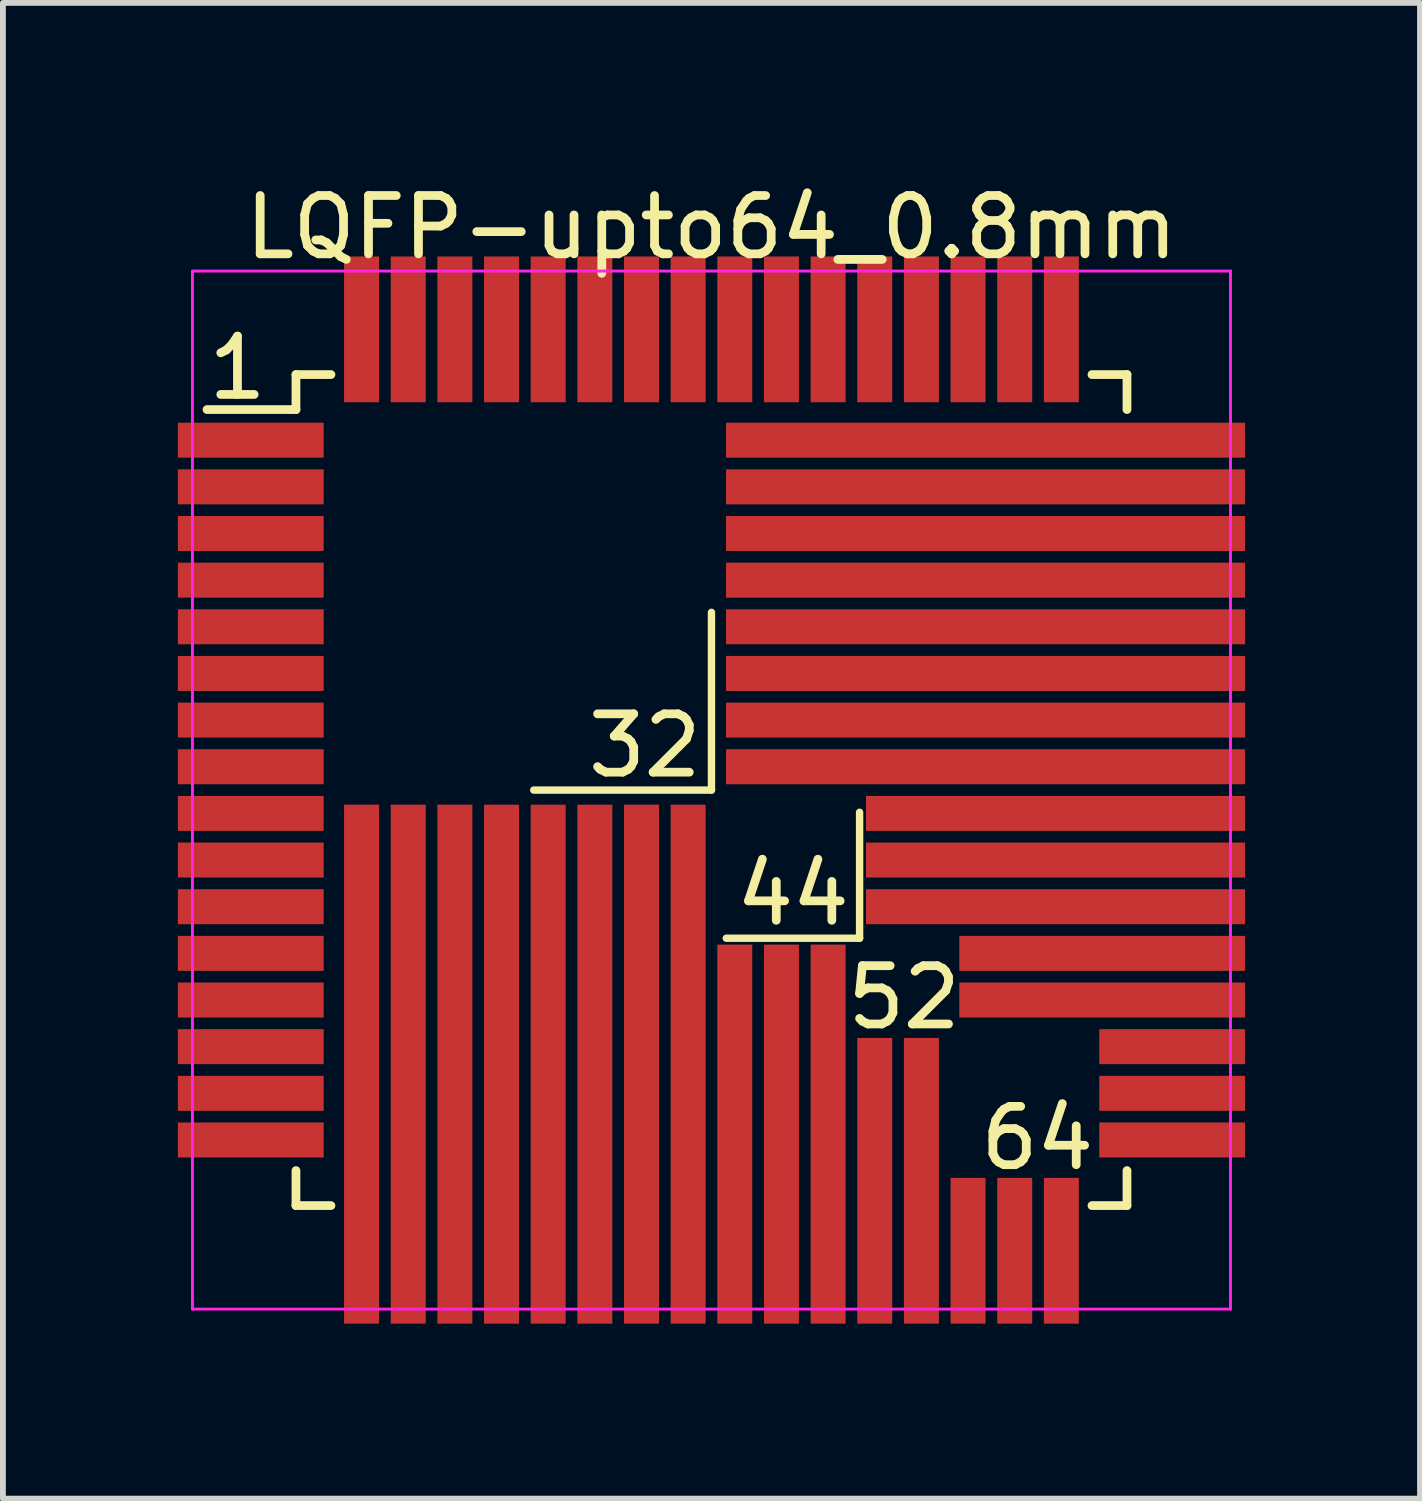
<source format=kicad_pcb>
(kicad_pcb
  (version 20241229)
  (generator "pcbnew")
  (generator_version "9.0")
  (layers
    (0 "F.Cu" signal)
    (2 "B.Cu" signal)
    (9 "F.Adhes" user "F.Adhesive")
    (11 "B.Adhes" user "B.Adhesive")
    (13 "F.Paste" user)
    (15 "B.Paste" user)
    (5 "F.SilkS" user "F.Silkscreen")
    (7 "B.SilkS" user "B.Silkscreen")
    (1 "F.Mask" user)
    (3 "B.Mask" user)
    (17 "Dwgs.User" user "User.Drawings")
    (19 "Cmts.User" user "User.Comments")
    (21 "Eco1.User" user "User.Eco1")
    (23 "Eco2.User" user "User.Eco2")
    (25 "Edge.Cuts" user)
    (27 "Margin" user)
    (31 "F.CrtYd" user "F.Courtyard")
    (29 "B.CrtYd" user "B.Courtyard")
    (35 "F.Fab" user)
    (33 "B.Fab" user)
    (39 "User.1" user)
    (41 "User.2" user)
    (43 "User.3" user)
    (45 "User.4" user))
  (footprint "LQFP-upto64_0.8mm"
    (layer "F.Cu")
    (at 9.15 10.498)
    (property "Reference" "LQFP-upto64_0.8mm" (at 0 -9.65 0) (layer "F.SilkS") (effects (font (size 1 1) (thickness 0.15))))
    (attr smd)
    (fp_line (start -7.125 -7.125) (end -7.125 -6.525) (stroke (width 0.15) (type solid)) (layer "F.SilkS"))
    (fp_line (start -7.125 -7.125) (end -6.525 -7.125) (stroke (width 0.15) (type solid)) (layer "F.SilkS"))
    (fp_line (start -7.125 -6.525) (end -8.65 -6.525) (stroke (width 0.15) (type solid)) (layer "F.SilkS"))
    (fp_line (start -7.125 7.125) (end -7.125 6.525) (stroke (width 0.15) (type solid)) (layer "F.SilkS"))
    (fp_line (start -7.125 7.125) (end -6.525 7.125) (stroke (width 0.15) (type solid)) (layer "F.SilkS"))
    (fp_line (start 0 -3.048) (end 0 0) (stroke (width 0.127) (type solid)) (layer "F.SilkS"))
    (fp_line (start 0 0) (end -3.048 0) (stroke (width 0.127) (type solid)) (layer "F.SilkS"))
    (fp_line (start 2.54 0.381) (end 2.54 2.54) (stroke (width 0.127) (type solid)) (layer "F.SilkS"))
    (fp_line (start 2.54 2.54) (end 0.254 2.54) (stroke (width 0.127) (type solid)) (layer "F.SilkS"))
    (fp_line (start 7.125 -7.125) (end 6.525 -7.125) (stroke (width 0.15) (type solid)) (layer "F.SilkS"))
    (fp_line (start 7.125 -7.125) (end 7.125 -6.525) (stroke (width 0.15) (type solid)) (layer "F.SilkS"))
    (fp_line (start 7.125 7.125) (end 6.525 7.125) (stroke (width 0.15) (type solid)) (layer "F.SilkS"))
    (fp_line (start 7.125 7.125) (end 7.125 6.525) (stroke (width 0.15) (type solid)) (layer "F.SilkS"))
    (fp_line (start -8.9 -8.9) (end -8.9 8.9) (stroke (width 0.05) (type solid)) (layer "F.CrtYd"))
    (fp_line (start -8.9 -8.9) (end 8.9 -8.9) (stroke (width 0.05) (type solid)) (layer "F.CrtYd"))
    (fp_line (start -8.9 8.9) (end 8.9 8.9) (stroke (width 0.05) (type solid)) (layer "F.CrtYd"))
    (fp_line (start 8.9 -8.9) (end 8.9 8.9) (stroke (width 0.05) (type solid)) (layer "F.CrtYd"))
    (fp_text user "44" (at 1.397 1.778 0) (layer "F.SilkS") (effects (font (size 1 1) (thickness 0.15))))
    (fp_text user "64" (at 5.588 5.969 0) (layer "F.SilkS") (effects (font (size 1 1) (thickness 0.15))))
    (fp_text user "32" (at -1.143 -0.762 0) (layer "F.SilkS") (effects (font (size 1 1) (thickness 0.15))))
    (fp_text user "1" (at -8.128 -7.239 0) (layer "F.SilkS") (effects (font (size 1 1) (thickness 0.15))))
    (fp_text user "52" (at 3.302 3.556 0) (layer "F.SilkS") (effects (font (size 1 1) (thickness 0.15))))
    (pad "1" smd rect (at -7.9 -6) (size 2.5 0.6) (layers "F.Cu" "F.Mask" "F.Paste"))
    (pad "2" smd rect (at -7.9 -5.2) (size 2.5 0.6) (layers "F.Cu" "F.Mask" "F.Paste"))
    (pad "3" smd rect (at -7.9 -4.4) (size 2.5 0.6) (layers "F.Cu" "F.Mask" "F.Paste"))
    (pad "4" smd rect (at -7.9 -3.6) (size 2.5 0.6) (layers "F.Cu" "F.Mask" "F.Paste"))
    (pad "5" smd rect (at -7.9 -2.8) (size 2.5 0.6) (layers "F.Cu" "F.Mask" "F.Paste"))
    (pad "6" smd rect (at -7.9 -2) (size 2.5 0.6) (layers "F.Cu" "F.Mask" "F.Paste"))
    (pad "7" smd rect (at -7.9 -1.2) (size 2.5 0.6) (layers "F.Cu" "F.Mask" "F.Paste"))
    (pad "8" smd rect (at -7.9 -0.4) (size 2.5 0.6) (layers "F.Cu" "F.Mask" "F.Paste"))
    (pad "9" smd rect (at -7.9 0.4) (size 2.5 0.6) (layers "F.Cu" "F.Mask" "F.Paste"))
    (pad "10" smd rect (at -7.9 1.2) (size 2.5 0.6) (layers "F.Cu" "F.Mask" "F.Paste"))
    (pad "11" smd rect (at -7.9 2) (size 2.5 0.6) (layers "F.Cu" "F.Mask" "F.Paste"))
    (pad "12" smd rect (at -7.9 2.8) (size 2.5 0.6) (layers "F.Cu" "F.Mask" "F.Paste"))
    (pad "13" smd rect (at -7.9 3.6) (size 2.5 0.6) (layers "F.Cu" "F.Mask" "F.Paste"))
    (pad "14" smd rect (at -7.9 4.4) (size 2.5 0.6) (layers "F.Cu" "F.Mask" "F.Paste"))
    (pad "15" smd rect (at -7.9 5.2) (size 2.5 0.6) (layers "F.Cu" "F.Mask" "F.Paste"))
    (pad "16" smd rect (at -7.9 6) (size 2.5 0.6) (layers "F.Cu" "F.Mask" "F.Paste"))
    (pad "17" smd rect (at -6 4.7 90) (size 8.9 0.6) (layers "F.Cu" "F.Mask" "F.Paste"))
    (pad "18" smd rect (at -5.2 4.7 90) (size 8.9 0.6) (layers "F.Cu" "F.Mask" "F.Paste"))
    (pad "19" smd rect (at -4.4 4.7 90) (size 8.9 0.6) (layers "F.Cu" "F.Mask" "F.Paste"))
    (pad "20" smd rect (at -3.6 4.7 90) (size 8.9 0.6) (layers "F.Cu" "F.Mask" "F.Paste"))
    (pad "21" smd rect (at -2.8 4.7 90) (size 8.9 0.6) (layers "F.Cu" "F.Mask" "F.Paste"))
    (pad "22" smd rect (at -2 4.7 90) (size 8.9 0.6) (layers "F.Cu" "F.Mask" "F.Paste"))
    (pad "23" smd rect (at -1.2 4.7 90) (size 8.9 0.6) (layers "F.Cu" "F.Mask" "F.Paste"))
    (pad "24" smd rect (at -0.4 4.7 90) (size 8.9 0.6) (layers "F.Cu" "F.Mask" "F.Paste"))
    (pad "25" smd rect (at 0.4 5.9 90) (size 6.5 0.6) (layers "F.Cu" "F.Mask" "F.Paste"))
    (pad "26" smd rect (at 1.2 5.9 90) (size 6.5 0.6) (layers "F.Cu" "F.Mask" "F.Paste"))
    (pad "27" smd rect (at 2 5.9 90) (size 6.5 0.6) (layers "F.Cu" "F.Mask" "F.Paste"))
    (pad "28" smd rect (at 2.8 6.7 90) (size 4.9 0.6) (layers "F.Cu" "F.Mask" "F.Paste"))
    (pad "29" smd rect (at 3.6 6.7 90) (size 4.9 0.6) (layers "F.Cu" "F.Mask" "F.Paste"))
    (pad "30" smd rect (at 4.4 7.9 90) (size 2.5 0.6) (layers "F.Cu" "F.Mask" "F.Paste"))
    (pad "31" smd rect (at 5.2 7.9 90) (size 2.5 0.6) (layers "F.Cu" "F.Mask" "F.Paste"))
    (pad "32" smd rect (at 6 7.9 90) (size 2.5 0.6) (layers "F.Cu" "F.Mask" "F.Paste"))
    (pad "33" smd rect (at 7.9 6) (size 2.5 0.6) (layers "F.Cu" "F.Mask" "F.Paste"))
    (pad "34" smd rect (at 7.9 5.2) (size 2.5 0.6) (layers "F.Cu" "F.Mask" "F.Paste"))
    (pad "35" smd rect (at 7.9 4.4) (size 2.5 0.6) (layers "F.Cu" "F.Mask" "F.Paste"))
    (pad "36" smd rect (at 6.7 3.6) (size 4.9 0.6) (layers "F.Cu" "F.Mask" "F.Paste"))
    (pad "37" smd rect (at 6.7 2.8) (size 4.9 0.6) (layers "F.Cu" "F.Mask" "F.Paste"))
    (pad "38" smd rect (at 5.9 2) (size 6.5 0.6) (layers "F.Cu" "F.Mask" "F.Paste"))
    (pad "39" smd rect (at 5.9 1.2) (size 6.5 0.6) (layers "F.Cu" "F.Mask" "F.Paste"))
    (pad "40" smd rect (at 5.9 0.4) (size 6.5 0.6) (layers "F.Cu" "F.Mask" "F.Paste"))
    (pad "41" smd rect (at 4.7 -0.4) (size 8.9 0.6) (layers "F.Cu" "F.Mask" "F.Paste"))
    (pad "42" smd rect (at 4.7 -1.2) (size 8.9 0.6) (layers "F.Cu" "F.Mask" "F.Paste"))
    (pad "43" smd rect (at 4.7 -2) (size 8.9 0.6) (layers "F.Cu" "F.Mask" "F.Paste"))
    (pad "44" smd rect (at 4.7 -2.8) (size 8.9 0.6) (layers "F.Cu" "F.Mask" "F.Paste"))
    (pad "45" smd rect (at 4.7 -3.6) (size 8.9 0.6) (layers "F.Cu" "F.Mask" "F.Paste"))
    (pad "46" smd rect (at 4.7 -4.4) (size 8.9 0.6) (layers "F.Cu" "F.Mask" "F.Paste"))
    (pad "47" smd rect (at 4.7 -5.2) (size 8.9 0.6) (layers "F.Cu" "F.Mask" "F.Paste"))
    (pad "48" smd rect (at 4.7 -6) (size 8.9 0.6) (layers "F.Cu" "F.Mask" "F.Paste"))
    (pad "49" smd rect (at 6 -7.9 90) (size 2.5 0.6) (layers "F.Cu" "F.Mask" "F.Paste"))
    (pad "50" smd rect (at 5.2 -7.9 90) (size 2.5 0.6) (layers "F.Cu" "F.Mask" "F.Paste"))
    (pad "51" smd rect (at 4.4 -7.9 90) (size 2.5 0.6) (layers "F.Cu" "F.Mask" "F.Paste"))
    (pad "52" smd rect (at 3.6 -7.9 90) (size 2.5 0.6) (layers "F.Cu" "F.Mask" "F.Paste"))
    (pad "53" smd rect (at 2.8 -7.9 90) (size 2.5 0.6) (layers "F.Cu" "F.Mask" "F.Paste"))
    (pad "54" smd rect (at 2 -7.9 90) (size 2.5 0.6) (layers "F.Cu" "F.Mask" "F.Paste"))
    (pad "55" smd rect (at 1.2 -7.9 90) (size 2.5 0.6) (layers "F.Cu" "F.Mask" "F.Paste"))
    (pad "56" smd rect (at 0.4 -7.9 90) (size 2.5 0.6) (layers "F.Cu" "F.Mask" "F.Paste"))
    (pad "57" smd rect (at -0.4 -7.9 90) (size 2.5 0.6) (layers "F.Cu" "F.Mask" "F.Paste"))
    (pad "58" smd rect (at -1.2 -7.9 90) (size 2.5 0.6) (layers "F.Cu" "F.Mask" "F.Paste"))
    (pad "59" smd rect (at -2 -7.9 90) (size 2.5 0.6) (layers "F.Cu" "F.Mask" "F.Paste"))
    (pad "60" smd rect (at -2.8 -7.9 90) (size 2.5 0.6) (layers "F.Cu" "F.Mask" "F.Paste"))
    (pad "61" smd rect (at -3.6 -7.9 90) (size 2.5 0.6) (layers "F.Cu" "F.Mask" "F.Paste"))
    (pad "62" smd rect (at -4.4 -7.9 90) (size 2.5 0.6) (layers "F.Cu" "F.Mask" "F.Paste"))
    (pad "63" smd rect (at -5.2 -7.9 90) (size 2.5 0.6) (layers "F.Cu" "F.Mask" "F.Paste"))
    (pad "64" smd rect (at -6 -7.9 90) (size 2.5 0.6) (layers "F.Cu" "F.Mask" "F.Paste")))
  (gr_rect
    (start -3 -3)
    (end 21.3 22.648)
    (stroke (width 0.1) (type default))
    (fill no)
    (layer "Edge.Cuts")))
</source>
